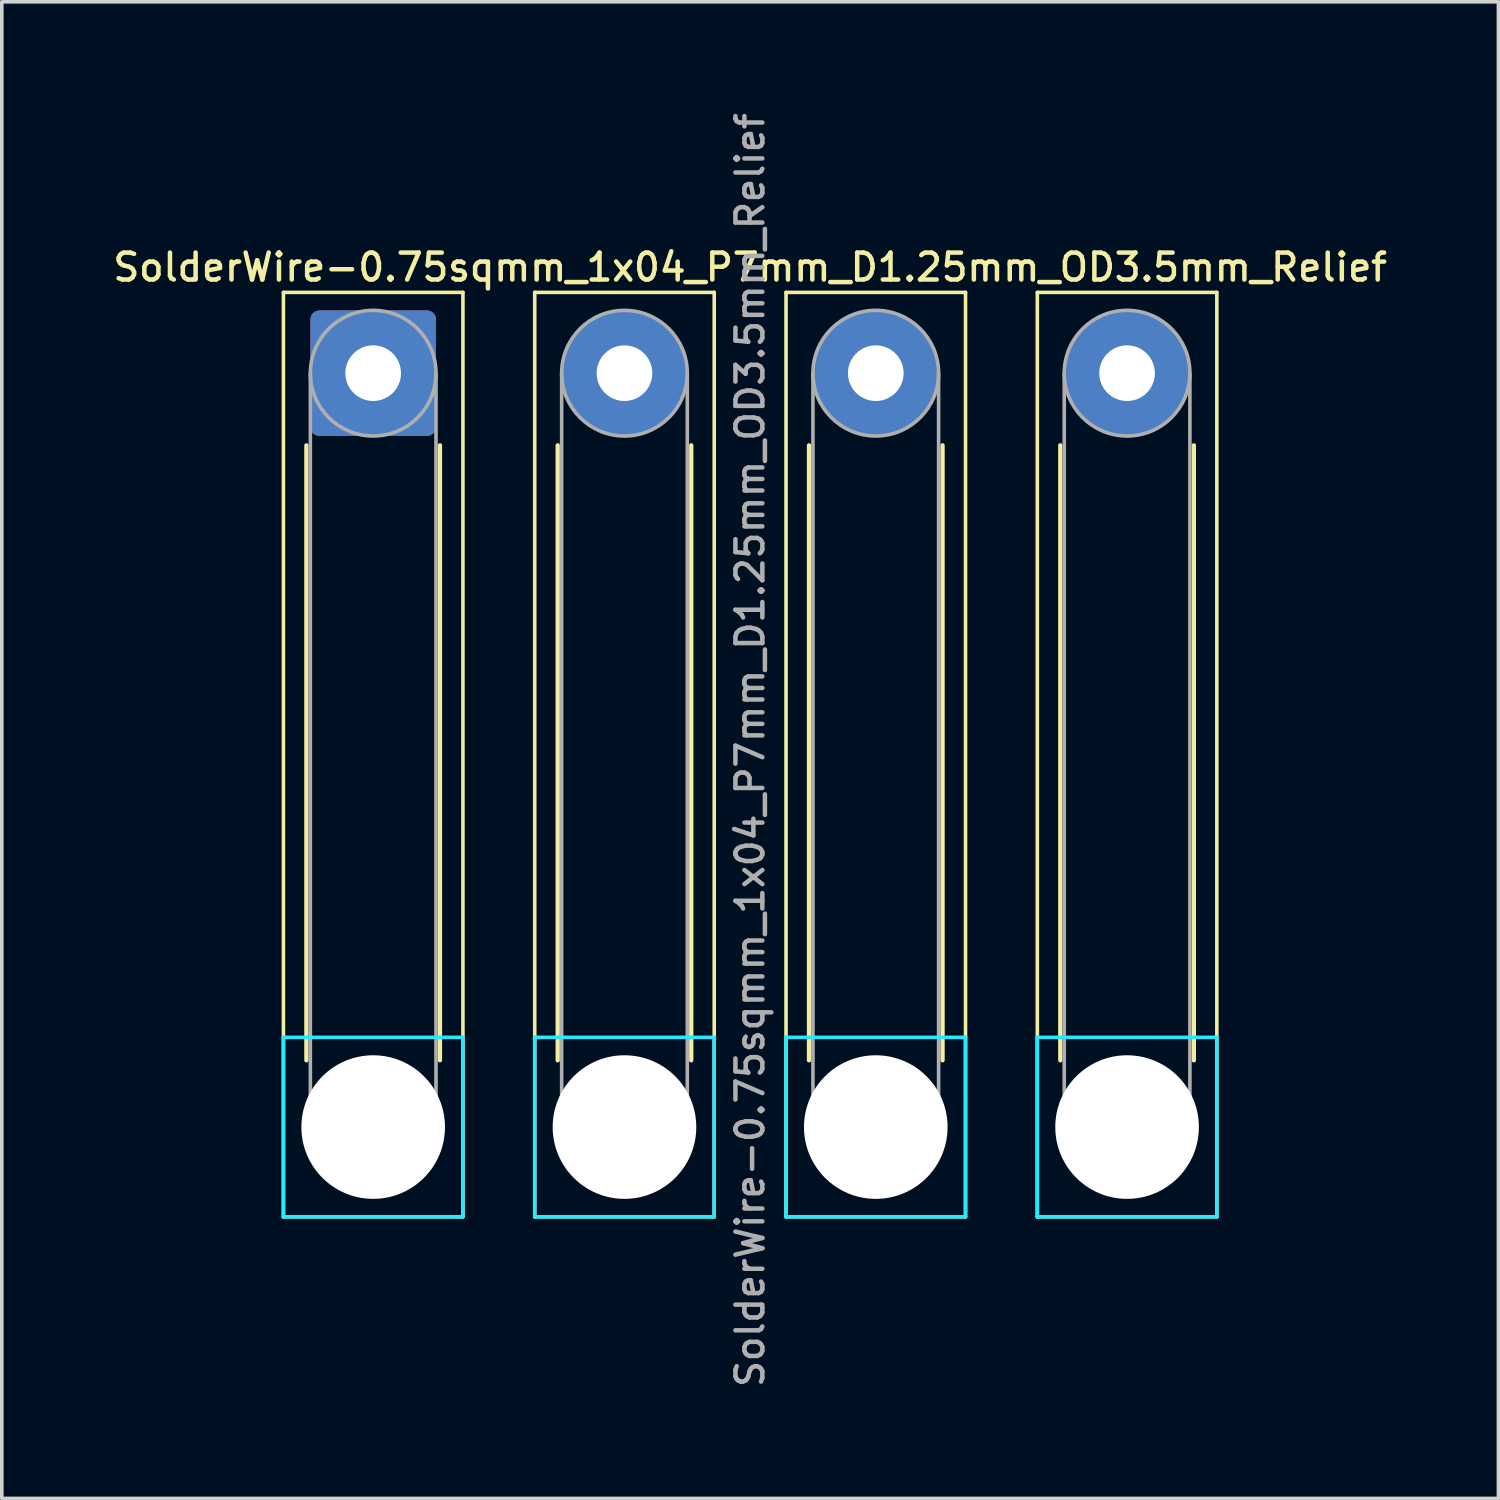
<source format=kicad_pcb>
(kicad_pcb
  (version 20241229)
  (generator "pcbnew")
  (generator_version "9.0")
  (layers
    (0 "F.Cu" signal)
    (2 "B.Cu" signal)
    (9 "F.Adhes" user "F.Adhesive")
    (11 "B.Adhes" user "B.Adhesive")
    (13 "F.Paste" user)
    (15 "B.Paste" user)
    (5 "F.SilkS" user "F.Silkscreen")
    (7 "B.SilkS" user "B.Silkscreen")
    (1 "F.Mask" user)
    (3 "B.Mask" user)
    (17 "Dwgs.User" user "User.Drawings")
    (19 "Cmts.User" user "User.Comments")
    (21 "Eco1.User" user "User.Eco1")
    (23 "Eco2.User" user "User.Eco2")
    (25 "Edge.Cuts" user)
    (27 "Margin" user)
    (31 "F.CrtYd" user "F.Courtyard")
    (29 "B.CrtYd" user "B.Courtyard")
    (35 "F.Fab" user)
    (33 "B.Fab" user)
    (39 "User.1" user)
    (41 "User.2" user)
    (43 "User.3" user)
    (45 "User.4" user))
  (footprint "SolderWire-0.75sqmm_1x04_P7mm_D1.25mm_OD3.5mm_Relief"
    (layer "F.Cu")
    (at 7.345 7.345)
    (property "Reference" "SolderWire-0.75sqmm_1x04_P7mm_D1.25mm_OD3.5mm_Relief" (at 10.5 -2.95 0) (layer "F.SilkS") (effects (font (size 0.75 0.75) (thickness 0.125))))
    (attr exclude_from_pos_files exclude_from_bom)
    (fp_line (start -2.5 -2.25) (end -2.5 23.5) (stroke (width 0.1) (type solid)) (layer "F.SilkS"))
    (fp_line (start -2.5 23.5) (end 2.5 23.5) (stroke (width 0.1) (type solid)) (layer "F.SilkS"))
    (fp_line (start -1.86 2.01) (end -1.86 19.14) (stroke (width 0.12) (type solid)) (layer "F.SilkS"))
    (fp_line (start 1.86 2.01) (end 1.86 19.14) (stroke (width 0.12) (type solid)) (layer "F.SilkS"))
    (fp_line (start 2.5 -2.25) (end -2.5 -2.25) (stroke (width 0.1) (type solid)) (layer "F.SilkS"))
    (fp_line (start 2.5 23.5) (end 2.5 -2.25) (stroke (width 0.1) (type solid)) (layer "F.SilkS"))
    (fp_line (start 4.5 -2.25) (end 4.5 23.5) (stroke (width 0.1) (type solid)) (layer "F.SilkS"))
    (fp_line (start 4.5 23.5) (end 9.5 23.5) (stroke (width 0.1) (type solid)) (layer "F.SilkS"))
    (fp_line (start 5.14 2.01) (end 5.14 19.14) (stroke (width 0.12) (type solid)) (layer "F.SilkS"))
    (fp_line (start 8.86 2.01) (end 8.86 19.14) (stroke (width 0.12) (type solid)) (layer "F.SilkS"))
    (fp_line (start 9.5 -2.25) (end 4.5 -2.25) (stroke (width 0.1) (type solid)) (layer "F.SilkS"))
    (fp_line (start 9.5 23.5) (end 9.5 -2.25) (stroke (width 0.1) (type solid)) (layer "F.SilkS"))
    (fp_line (start 11.5 -2.25) (end 11.5 23.5) (stroke (width 0.1) (type solid)) (layer "F.SilkS"))
    (fp_line (start 11.5 23.5) (end 16.5 23.5) (stroke (width 0.1) (type solid)) (layer "F.SilkS"))
    (fp_line (start 12.14 2.01) (end 12.14 19.14) (stroke (width 0.12) (type solid)) (layer "F.SilkS"))
    (fp_line (start 15.86 2.01) (end 15.86 19.14) (stroke (width 0.12) (type solid)) (layer "F.SilkS"))
    (fp_line (start 16.5 -2.25) (end 11.5 -2.25) (stroke (width 0.1) (type solid)) (layer "F.SilkS"))
    (fp_line (start 16.5 23.5) (end 16.5 -2.25) (stroke (width 0.1) (type solid)) (layer "F.SilkS"))
    (fp_line (start 18.5 -2.25) (end 18.5 23.5) (stroke (width 0.1) (type solid)) (layer "F.SilkS"))
    (fp_line (start 18.5 23.5) (end 23.5 23.5) (stroke (width 0.1) (type solid)) (layer "F.SilkS"))
    (fp_line (start 19.14 2.01) (end 19.14 19.14) (stroke (width 0.12) (type solid)) (layer "F.SilkS"))
    (fp_line (start 22.86 2.01) (end 22.86 19.14) (stroke (width 0.12) (type solid)) (layer "F.SilkS"))
    (fp_line (start 23.5 -2.25) (end 18.5 -2.25) (stroke (width 0.1) (type solid)) (layer "F.SilkS"))
    (fp_line (start 23.5 23.5) (end 23.5 -2.25) (stroke (width 0.1) (type solid)) (layer "F.SilkS"))
    (fp_line (start -2.5 18.5) (end -2.5 23.5) (stroke (width 0.1) (type solid)) (layer "B.CrtYd"))
    (fp_line (start -2.5 23.5) (end 2.5 23.5) (stroke (width 0.1) (type solid)) (layer "B.CrtYd"))
    (fp_line (start 2.5 18.5) (end -2.5 18.5) (stroke (width 0.1) (type solid)) (layer "B.CrtYd"))
    (fp_line (start 2.5 23.5) (end 2.5 18.5) (stroke (width 0.1) (type solid)) (layer "B.CrtYd"))
    (fp_line (start 4.5 18.5) (end 4.5 23.5) (stroke (width 0.1) (type solid)) (layer "B.CrtYd"))
    (fp_line (start 4.5 23.5) (end 9.5 23.5) (stroke (width 0.1) (type solid)) (layer "B.CrtYd"))
    (fp_line (start 9.5 18.5) (end 4.5 18.5) (stroke (width 0.1) (type solid)) (layer "B.CrtYd"))
    (fp_line (start 9.5 23.5) (end 9.5 18.5) (stroke (width 0.1) (type solid)) (layer "B.CrtYd"))
    (fp_line (start 11.5 18.5) (end 11.5 23.5) (stroke (width 0.1) (type solid)) (layer "B.CrtYd"))
    (fp_line (start 11.5 23.5) (end 16.5 23.5) (stroke (width 0.1) (type solid)) (layer "B.CrtYd"))
    (fp_line (start 16.5 18.5) (end 11.5 18.5) (stroke (width 0.1) (type solid)) (layer "B.CrtYd"))
    (fp_line (start 16.5 23.5) (end 16.5 18.5) (stroke (width 0.1) (type solid)) (layer "B.CrtYd"))
    (fp_line (start 18.5 18.5) (end 18.5 23.5) (stroke (width 0.1) (type solid)) (layer "B.CrtYd"))
    (fp_line (start 18.5 23.5) (end 23.5 23.5) (stroke (width 0.1) (type solid)) (layer "B.CrtYd"))
    (fp_line (start 23.5 18.5) (end 18.5 18.5) (stroke (width 0.1) (type solid)) (layer "B.CrtYd"))
    (fp_line (start 23.5 23.5) (end 23.5 18.5) (stroke (width 0.1) (type solid)) (layer "B.CrtYd"))
    (fp_line (start -1.75 0) (end -1.75 21) (stroke (width 0.1) (type solid)) (layer "F.Fab"))
    (fp_line (start 1.75 0) (end 1.75 21) (stroke (width 0.1) (type solid)) (layer "F.Fab"))
    (fp_line (start 5.25 0) (end 5.25 21) (stroke (width 0.1) (type solid)) (layer "F.Fab"))
    (fp_line (start 8.75 0) (end 8.75 21) (stroke (width 0.1) (type solid)) (layer "F.Fab"))
    (fp_line (start 12.25 0) (end 12.25 21) (stroke (width 0.1) (type solid)) (layer "F.Fab"))
    (fp_line (start 15.75 0) (end 15.75 21) (stroke (width 0.1) (type solid)) (layer "F.Fab"))
    (fp_line (start 19.25 0) (end 19.25 21) (stroke (width 0.1) (type solid)) (layer "F.Fab"))
    (fp_line (start 22.75 0) (end 22.75 21) (stroke (width 0.1) (type solid)) (layer "F.Fab"))
    (fp_circle (center 0 0) (end 1.75 0) (stroke (width 0.1) (type solid)) (fill no) (layer "F.Fab"))
    (fp_circle (center 0 21) (end 1.75 21) (stroke (width 0.1) (type solid)) (fill no) (layer "F.Fab"))
    (fp_circle (center 7 0) (end 8.75 0) (stroke (width 0.1) (type solid)) (fill no) (layer "F.Fab"))
    (fp_circle (center 7 21) (end 8.75 21) (stroke (width 0.1) (type solid)) (fill no) (layer "F.Fab"))
    (fp_circle (center 14 0) (end 15.75 0) (stroke (width 0.1) (type solid)) (fill no) (layer "F.Fab"))
    (fp_circle (center 14 21) (end 15.75 21) (stroke (width 0.1) (type solid)) (fill no) (layer "F.Fab"))
    (fp_circle (center 21 0) (end 22.75 0) (stroke (width 0.1) (type solid)) (fill no) (layer "F.Fab"))
    (fp_circle (center 21 21) (end 22.75 21) (stroke (width 0.1) (type solid)) (fill no) (layer "F.Fab"))
    (fp_text user "${REFERENCE}" (at 10.5 10.5 90) (layer "F.Fab") (effects (font (size 0.75 0.75) (thickness 0.125))))
    (pad "" np_thru_hole circle (at 0 21) (size 4 4) (drill 4) (layers "*.Cu" "*.Mask"))
    (pad "" np_thru_hole circle (at 7 21) (size 4 4) (drill 4) (layers "*.Cu" "*.Mask"))
    (pad "" np_thru_hole circle (at 14 21) (size 4 4) (drill 4) (layers "*.Cu" "*.Mask"))
    (pad "" np_thru_hole circle (at 21 21) (size 4 4) (drill 4) (layers "*.Cu" "*.Mask"))
    (pad "1" thru_hole roundrect (at 0 0) (size 3.5 3.5) (drill 1.55) (layers "*.Cu" "*.Mask") (roundrect_rratio 0.071))
    (pad "2" thru_hole circle (at 7 0) (size 3.5 3.5) (drill 1.55) (layers "*.Cu" "*.Mask"))
    (pad "3" thru_hole circle (at 14 0) (size 3.5 3.5) (drill 1.55) (layers "*.Cu" "*.Mask"))
    (pad "4" thru_hole circle (at 21 0) (size 3.5 3.5) (drill 1.55) (layers "*.Cu" "*.Mask")))
  (gr_rect
    (start -3 -3)
    (end 38.689 38.689)
    (stroke (width 0.1) (type default))
    (fill no)
    (layer "Edge.Cuts")))
</source>
